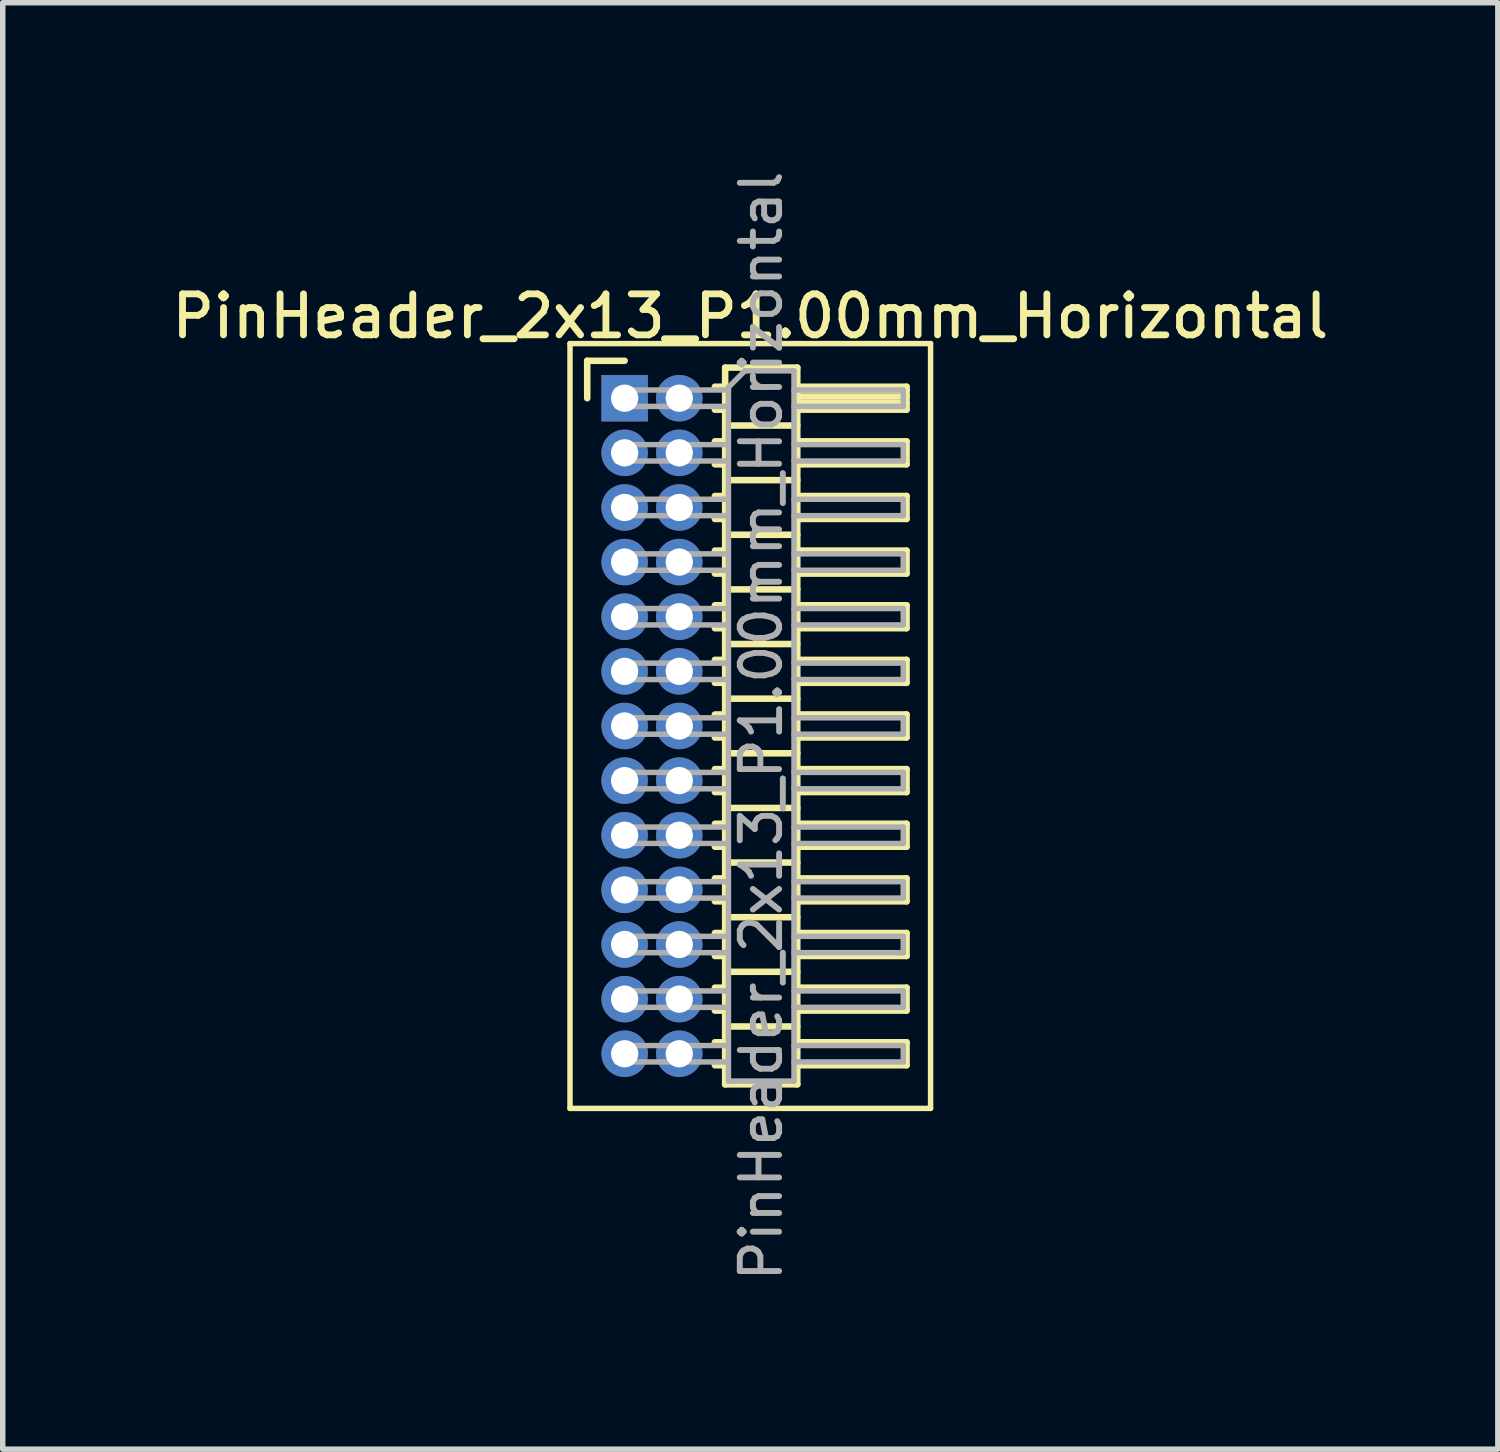
<source format=kicad_pcb>
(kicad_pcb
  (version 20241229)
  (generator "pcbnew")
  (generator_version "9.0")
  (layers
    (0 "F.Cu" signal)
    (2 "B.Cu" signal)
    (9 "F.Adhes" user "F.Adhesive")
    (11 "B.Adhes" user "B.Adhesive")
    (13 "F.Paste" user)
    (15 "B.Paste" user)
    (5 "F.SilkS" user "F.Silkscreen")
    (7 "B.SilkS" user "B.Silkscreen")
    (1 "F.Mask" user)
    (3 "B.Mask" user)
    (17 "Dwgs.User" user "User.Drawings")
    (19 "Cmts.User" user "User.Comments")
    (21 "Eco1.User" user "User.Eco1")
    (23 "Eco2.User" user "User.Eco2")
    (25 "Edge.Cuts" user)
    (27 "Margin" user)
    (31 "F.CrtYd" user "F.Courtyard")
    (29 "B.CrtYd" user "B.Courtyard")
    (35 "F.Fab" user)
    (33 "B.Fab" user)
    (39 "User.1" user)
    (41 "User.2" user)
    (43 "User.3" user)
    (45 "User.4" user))
  (footprint "PinHeader_2x13_P1.00mm_Horizontal"
    (layer "F.Cu")
    (at 8.384 4.239)
    (property "Reference" "PinHeader_2x13_P1.00mm_Horizontal" (at 2.3 -1.5 0) (layer "F.SilkS") (effects (font (size 0.75 0.75) (thickness 0.125))))
    (attr through_hole)
    (fp_line (start -1 -1) (end -1 13) (stroke (width 0.1) (type solid)) (layer "F.SilkS"))
    (fp_line (start -1 13) (end 5.6 13) (stroke (width 0.1) (type solid)) (layer "F.SilkS"))
    (fp_line (start -0.685 -0.685) (end 0 -0.685) (stroke (width 0.12) (type solid)) (layer "F.SilkS"))
    (fp_line (start -0.685 0) (end -0.685 -0.685) (stroke (width 0.12) (type solid)) (layer "F.SilkS"))
    (fp_line (start 1.652 -0.21) (end 1.84 -0.21) (stroke (width 0.12) (type solid)) (layer "F.SilkS"))
    (fp_line (start 1.652 0.21) (end 1.84 0.21) (stroke (width 0.12) (type solid)) (layer "F.SilkS"))
    (fp_line (start 1.652 0.79) (end 1.84 0.79) (stroke (width 0.12) (type solid)) (layer "F.SilkS"))
    (fp_line (start 1.652 1.21) (end 1.84 1.21) (stroke (width 0.12) (type solid)) (layer "F.SilkS"))
    (fp_line (start 1.652 1.79) (end 1.84 1.79) (stroke (width 0.12) (type solid)) (layer "F.SilkS"))
    (fp_line (start 1.652 2.21) (end 1.84 2.21) (stroke (width 0.12) (type solid)) (layer "F.SilkS"))
    (fp_line (start 1.652 2.79) (end 1.84 2.79) (stroke (width 0.12) (type solid)) (layer "F.SilkS"))
    (fp_line (start 1.652 3.21) (end 1.84 3.21) (stroke (width 0.12) (type solid)) (layer "F.SilkS"))
    (fp_line (start 1.652 3.79) (end 1.84 3.79) (stroke (width 0.12) (type solid)) (layer "F.SilkS"))
    (fp_line (start 1.652 4.21) (end 1.84 4.21) (stroke (width 0.12) (type solid)) (layer "F.SilkS"))
    (fp_line (start 1.652 4.79) (end 1.84 4.79) (stroke (width 0.12) (type solid)) (layer "F.SilkS"))
    (fp_line (start 1.652 5.21) (end 1.84 5.21) (stroke (width 0.12) (type solid)) (layer "F.SilkS"))
    (fp_line (start 1.652 5.79) (end 1.84 5.79) (stroke (width 0.12) (type solid)) (layer "F.SilkS"))
    (fp_line (start 1.652 6.21) (end 1.84 6.21) (stroke (width 0.12) (type solid)) (layer "F.SilkS"))
    (fp_line (start 1.652 6.79) (end 1.84 6.79) (stroke (width 0.12) (type solid)) (layer "F.SilkS"))
    (fp_line (start 1.652 7.21) (end 1.84 7.21) (stroke (width 0.12) (type solid)) (layer "F.SilkS"))
    (fp_line (start 1.652 7.79) (end 1.84 7.79) (stroke (width 0.12) (type solid)) (layer "F.SilkS"))
    (fp_line (start 1.652 8.21) (end 1.84 8.21) (stroke (width 0.12) (type solid)) (layer "F.SilkS"))
    (fp_line (start 1.652 8.79) (end 1.84 8.79) (stroke (width 0.12) (type solid)) (layer "F.SilkS"))
    (fp_line (start 1.652 9.21) (end 1.84 9.21) (stroke (width 0.12) (type solid)) (layer "F.SilkS"))
    (fp_line (start 1.652 9.79) (end 1.84 9.79) (stroke (width 0.12) (type solid)) (layer "F.SilkS"))
    (fp_line (start 1.652 10.21) (end 1.84 10.21) (stroke (width 0.12) (type solid)) (layer "F.SilkS"))
    (fp_line (start 1.652 10.79) (end 1.84 10.79) (stroke (width 0.12) (type solid)) (layer "F.SilkS"))
    (fp_line (start 1.652 11.21) (end 1.84 11.21) (stroke (width 0.12) (type solid)) (layer "F.SilkS"))
    (fp_line (start 1.652 11.79) (end 1.84 11.79) (stroke (width 0.12) (type solid)) (layer "F.SilkS"))
    (fp_line (start 1.652 12.21) (end 1.84 12.21) (stroke (width 0.12) (type solid)) (layer "F.SilkS"))
    (fp_line (start 1.84 -0.56) (end 1.84 12.56) (stroke (width 0.12) (type solid)) (layer "F.SilkS"))
    (fp_line (start 1.84 0.5) (end 3.16 0.5) (stroke (width 0.12) (type solid)) (layer "F.SilkS"))
    (fp_line (start 1.84 1.5) (end 3.16 1.5) (stroke (width 0.12) (type solid)) (layer "F.SilkS"))
    (fp_line (start 1.84 2.5) (end 3.16 2.5) (stroke (width 0.12) (type solid)) (layer "F.SilkS"))
    (fp_line (start 1.84 3.5) (end 3.16 3.5) (stroke (width 0.12) (type solid)) (layer "F.SilkS"))
    (fp_line (start 1.84 4.5) (end 3.16 4.5) (stroke (width 0.12) (type solid)) (layer "F.SilkS"))
    (fp_line (start 1.84 5.5) (end 3.16 5.5) (stroke (width 0.12) (type solid)) (layer "F.SilkS"))
    (fp_line (start 1.84 6.5) (end 3.16 6.5) (stroke (width 0.12) (type solid)) (layer "F.SilkS"))
    (fp_line (start 1.84 7.5) (end 3.16 7.5) (stroke (width 0.12) (type solid)) (layer "F.SilkS"))
    (fp_line (start 1.84 8.5) (end 3.16 8.5) (stroke (width 0.12) (type solid)) (layer "F.SilkS"))
    (fp_line (start 1.84 9.5) (end 3.16 9.5) (stroke (width 0.12) (type solid)) (layer "F.SilkS"))
    (fp_line (start 1.84 10.5) (end 3.16 10.5) (stroke (width 0.12) (type solid)) (layer "F.SilkS"))
    (fp_line (start 1.84 11.5) (end 3.16 11.5) (stroke (width 0.12) (type solid)) (layer "F.SilkS"))
    (fp_line (start 1.84 12.56) (end 3.16 12.56) (stroke (width 0.12) (type solid)) (layer "F.SilkS"))
    (fp_line (start 3.16 -0.56) (end 1.84 -0.56) (stroke (width 0.12) (type solid)) (layer "F.SilkS"))
    (fp_line (start 3.16 -0.21) (end 5.16 -0.21) (stroke (width 0.12) (type solid)) (layer "F.SilkS"))
    (fp_line (start 3.16 -0.15) (end 5.16 -0.15) (stroke (width 0.12) (type solid)) (layer "F.SilkS"))
    (fp_line (start 3.16 -0.03) (end 5.16 -0.03) (stroke (width 0.12) (type solid)) (layer "F.SilkS"))
    (fp_line (start 3.16 0.09) (end 5.16 0.09) (stroke (width 0.12) (type solid)) (layer "F.SilkS"))
    (fp_line (start 3.16 0.79) (end 5.16 0.79) (stroke (width 0.12) (type solid)) (layer "F.SilkS"))
    (fp_line (start 3.16 1.79) (end 5.16 1.79) (stroke (width 0.12) (type solid)) (layer "F.SilkS"))
    (fp_line (start 3.16 2.79) (end 5.16 2.79) (stroke (width 0.12) (type solid)) (layer "F.SilkS"))
    (fp_line (start 3.16 3.79) (end 5.16 3.79) (stroke (width 0.12) (type solid)) (layer "F.SilkS"))
    (fp_line (start 3.16 4.79) (end 5.16 4.79) (stroke (width 0.12) (type solid)) (layer "F.SilkS"))
    (fp_line (start 3.16 5.79) (end 5.16 5.79) (stroke (width 0.12) (type solid)) (layer "F.SilkS"))
    (fp_line (start 3.16 6.79) (end 5.16 6.79) (stroke (width 0.12) (type solid)) (layer "F.SilkS"))
    (fp_line (start 3.16 7.79) (end 5.16 7.79) (stroke (width 0.12) (type solid)) (layer "F.SilkS"))
    (fp_line (start 3.16 8.79) (end 5.16 8.79) (stroke (width 0.12) (type solid)) (layer "F.SilkS"))
    (fp_line (start 3.16 9.79) (end 5.16 9.79) (stroke (width 0.12) (type solid)) (layer "F.SilkS"))
    (fp_line (start 3.16 10.79) (end 5.16 10.79) (stroke (width 0.12) (type solid)) (layer "F.SilkS"))
    (fp_line (start 3.16 11.79) (end 5.16 11.79) (stroke (width 0.12) (type solid)) (layer "F.SilkS"))
    (fp_line (start 3.16 12.56) (end 3.16 -0.56) (stroke (width 0.12) (type solid)) (layer "F.SilkS"))
    (fp_line (start 5.16 -0.21) (end 5.16 0.21) (stroke (width 0.12) (type solid)) (layer "F.SilkS"))
    (fp_line (start 5.16 0.21) (end 3.16 0.21) (stroke (width 0.12) (type solid)) (layer "F.SilkS"))
    (fp_line (start 5.16 0.79) (end 5.16 1.21) (stroke (width 0.12) (type solid)) (layer "F.SilkS"))
    (fp_line (start 5.16 1.21) (end 3.16 1.21) (stroke (width 0.12) (type solid)) (layer "F.SilkS"))
    (fp_line (start 5.16 1.79) (end 5.16 2.21) (stroke (width 0.12) (type solid)) (layer "F.SilkS"))
    (fp_line (start 5.16 2.21) (end 3.16 2.21) (stroke (width 0.12) (type solid)) (layer "F.SilkS"))
    (fp_line (start 5.16 2.79) (end 5.16 3.21) (stroke (width 0.12) (type solid)) (layer "F.SilkS"))
    (fp_line (start 5.16 3.21) (end 3.16 3.21) (stroke (width 0.12) (type solid)) (layer "F.SilkS"))
    (fp_line (start 5.16 3.79) (end 5.16 4.21) (stroke (width 0.12) (type solid)) (layer "F.SilkS"))
    (fp_line (start 5.16 4.21) (end 3.16 4.21) (stroke (width 0.12) (type solid)) (layer "F.SilkS"))
    (fp_line (start 5.16 4.79) (end 5.16 5.21) (stroke (width 0.12) (type solid)) (layer "F.SilkS"))
    (fp_line (start 5.16 5.21) (end 3.16 5.21) (stroke (width 0.12) (type solid)) (layer "F.SilkS"))
    (fp_line (start 5.16 5.79) (end 5.16 6.21) (stroke (width 0.12) (type solid)) (layer "F.SilkS"))
    (fp_line (start 5.16 6.21) (end 3.16 6.21) (stroke (width 0.12) (type solid)) (layer "F.SilkS"))
    (fp_line (start 5.16 6.79) (end 5.16 7.21) (stroke (width 0.12) (type solid)) (layer "F.SilkS"))
    (fp_line (start 5.16 7.21) (end 3.16 7.21) (stroke (width 0.12) (type solid)) (layer "F.SilkS"))
    (fp_line (start 5.16 7.79) (end 5.16 8.21) (stroke (width 0.12) (type solid)) (layer "F.SilkS"))
    (fp_line (start 5.16 8.21) (end 3.16 8.21) (stroke (width 0.12) (type solid)) (layer "F.SilkS"))
    (fp_line (start 5.16 8.79) (end 5.16 9.21) (stroke (width 0.12) (type solid)) (layer "F.SilkS"))
    (fp_line (start 5.16 9.21) (end 3.16 9.21) (stroke (width 0.12) (type solid)) (layer "F.SilkS"))
    (fp_line (start 5.16 9.79) (end 5.16 10.21) (stroke (width 0.12) (type solid)) (layer "F.SilkS"))
    (fp_line (start 5.16 10.21) (end 3.16 10.21) (stroke (width 0.12) (type solid)) (layer "F.SilkS"))
    (fp_line (start 5.16 10.79) (end 5.16 11.21) (stroke (width 0.12) (type solid)) (layer "F.SilkS"))
    (fp_line (start 5.16 11.21) (end 3.16 11.21) (stroke (width 0.12) (type solid)) (layer "F.SilkS"))
    (fp_line (start 5.16 11.79) (end 5.16 12.21) (stroke (width 0.12) (type solid)) (layer "F.SilkS"))
    (fp_line (start 5.16 12.21) (end 3.16 12.21) (stroke (width 0.12) (type solid)) (layer "F.SilkS"))
    (fp_line (start 5.6 -1) (end -1 -1) (stroke (width 0.1) (type solid)) (layer "F.SilkS"))
    (fp_line (start 5.6 13) (end 5.6 -1) (stroke (width 0.1) (type solid)) (layer "F.SilkS"))
    (fp_line (start -0.15 -0.15) (end -0.15 0.15) (stroke (width 0.1) (type solid)) (layer "F.Fab"))
    (fp_line (start -0.15 -0.15) (end 1.9 -0.15) (stroke (width 0.1) (type solid)) (layer "F.Fab"))
    (fp_line (start -0.15 0.15) (end 1.9 0.15) (stroke (width 0.1) (type solid)) (layer "F.Fab"))
    (fp_line (start -0.15 0.85) (end -0.15 1.15) (stroke (width 0.1) (type solid)) (layer "F.Fab"))
    (fp_line (start -0.15 0.85) (end 1.9 0.85) (stroke (width 0.1) (type solid)) (layer "F.Fab"))
    (fp_line (start -0.15 1.15) (end 1.9 1.15) (stroke (width 0.1) (type solid)) (layer "F.Fab"))
    (fp_line (start -0.15 1.85) (end -0.15 2.15) (stroke (width 0.1) (type solid)) (layer "F.Fab"))
    (fp_line (start -0.15 1.85) (end 1.9 1.85) (stroke (width 0.1) (type solid)) (layer "F.Fab"))
    (fp_line (start -0.15 2.15) (end 1.9 2.15) (stroke (width 0.1) (type solid)) (layer "F.Fab"))
    (fp_line (start -0.15 2.85) (end -0.15 3.15) (stroke (width 0.1) (type solid)) (layer "F.Fab"))
    (fp_line (start -0.15 2.85) (end 1.9 2.85) (stroke (width 0.1) (type solid)) (layer "F.Fab"))
    (fp_line (start -0.15 3.15) (end 1.9 3.15) (stroke (width 0.1) (type solid)) (layer "F.Fab"))
    (fp_line (start -0.15 3.85) (end -0.15 4.15) (stroke (width 0.1) (type solid)) (layer "F.Fab"))
    (fp_line (start -0.15 3.85) (end 1.9 3.85) (stroke (width 0.1) (type solid)) (layer "F.Fab"))
    (fp_line (start -0.15 4.15) (end 1.9 4.15) (stroke (width 0.1) (type solid)) (layer "F.Fab"))
    (fp_line (start -0.15 4.85) (end -0.15 5.15) (stroke (width 0.1) (type solid)) (layer "F.Fab"))
    (fp_line (start -0.15 4.85) (end 1.9 4.85) (stroke (width 0.1) (type solid)) (layer "F.Fab"))
    (fp_line (start -0.15 5.15) (end 1.9 5.15) (stroke (width 0.1) (type solid)) (layer "F.Fab"))
    (fp_line (start -0.15 5.85) (end -0.15 6.15) (stroke (width 0.1) (type solid)) (layer "F.Fab"))
    (fp_line (start -0.15 5.85) (end 1.9 5.85) (stroke (width 0.1) (type solid)) (layer "F.Fab"))
    (fp_line (start -0.15 6.15) (end 1.9 6.15) (stroke (width 0.1) (type solid)) (layer "F.Fab"))
    (fp_line (start -0.15 6.85) (end -0.15 7.15) (stroke (width 0.1) (type solid)) (layer "F.Fab"))
    (fp_line (start -0.15 6.85) (end 1.9 6.85) (stroke (width 0.1) (type solid)) (layer "F.Fab"))
    (fp_line (start -0.15 7.15) (end 1.9 7.15) (stroke (width 0.1) (type solid)) (layer "F.Fab"))
    (fp_line (start -0.15 7.85) (end -0.15 8.15) (stroke (width 0.1) (type solid)) (layer "F.Fab"))
    (fp_line (start -0.15 7.85) (end 1.9 7.85) (stroke (width 0.1) (type solid)) (layer "F.Fab"))
    (fp_line (start -0.15 8.15) (end 1.9 8.15) (stroke (width 0.1) (type solid)) (layer "F.Fab"))
    (fp_line (start -0.15 8.85) (end -0.15 9.15) (stroke (width 0.1) (type solid)) (layer "F.Fab"))
    (fp_line (start -0.15 8.85) (end 1.9 8.85) (stroke (width 0.1) (type solid)) (layer "F.Fab"))
    (fp_line (start -0.15 9.15) (end 1.9 9.15) (stroke (width 0.1) (type solid)) (layer "F.Fab"))
    (fp_line (start -0.15 9.85) (end -0.15 10.15) (stroke (width 0.1) (type solid)) (layer "F.Fab"))
    (fp_line (start -0.15 9.85) (end 1.9 9.85) (stroke (width 0.1) (type solid)) (layer "F.Fab"))
    (fp_line (start -0.15 10.15) (end 1.9 10.15) (stroke (width 0.1) (type solid)) (layer "F.Fab"))
    (fp_line (start -0.15 10.85) (end -0.15 11.15) (stroke (width 0.1) (type solid)) (layer "F.Fab"))
    (fp_line (start -0.15 10.85) (end 1.9 10.85) (stroke (width 0.1) (type solid)) (layer "F.Fab"))
    (fp_line (start -0.15 11.15) (end 1.9 11.15) (stroke (width 0.1) (type solid)) (layer "F.Fab"))
    (fp_line (start -0.15 11.85) (end -0.15 12.15) (stroke (width 0.1) (type solid)) (layer "F.Fab"))
    (fp_line (start -0.15 11.85) (end 1.9 11.85) (stroke (width 0.1) (type solid)) (layer "F.Fab"))
    (fp_line (start -0.15 12.15) (end 1.9 12.15) (stroke (width 0.1) (type solid)) (layer "F.Fab"))
    (fp_line (start 1.9 -0.2) (end 2.2 -0.5) (stroke (width 0.1) (type solid)) (layer "F.Fab"))
    (fp_line (start 1.9 12.5) (end 1.9 -0.2) (stroke (width 0.1) (type solid)) (layer "F.Fab"))
    (fp_line (start 2.2 -0.5) (end 3.1 -0.5) (stroke (width 0.1) (type solid)) (layer "F.Fab"))
    (fp_line (start 3.1 -0.5) (end 3.1 12.5) (stroke (width 0.1) (type solid)) (layer "F.Fab"))
    (fp_line (start 3.1 -0.15) (end 5.1 -0.15) (stroke (width 0.1) (type solid)) (layer "F.Fab"))
    (fp_line (start 3.1 0.15) (end 5.1 0.15) (stroke (width 0.1) (type solid)) (layer "F.Fab"))
    (fp_line (start 3.1 0.85) (end 5.1 0.85) (stroke (width 0.1) (type solid)) (layer "F.Fab"))
    (fp_line (start 3.1 1.15) (end 5.1 1.15) (stroke (width 0.1) (type solid)) (layer "F.Fab"))
    (fp_line (start 3.1 1.85) (end 5.1 1.85) (stroke (width 0.1) (type solid)) (layer "F.Fab"))
    (fp_line (start 3.1 2.15) (end 5.1 2.15) (stroke (width 0.1) (type solid)) (layer "F.Fab"))
    (fp_line (start 3.1 2.85) (end 5.1 2.85) (stroke (width 0.1) (type solid)) (layer "F.Fab"))
    (fp_line (start 3.1 3.15) (end 5.1 3.15) (stroke (width 0.1) (type solid)) (layer "F.Fab"))
    (fp_line (start 3.1 3.85) (end 5.1 3.85) (stroke (width 0.1) (type solid)) (layer "F.Fab"))
    (fp_line (start 3.1 4.15) (end 5.1 4.15) (stroke (width 0.1) (type solid)) (layer "F.Fab"))
    (fp_line (start 3.1 4.85) (end 5.1 4.85) (stroke (width 0.1) (type solid)) (layer "F.Fab"))
    (fp_line (start 3.1 5.15) (end 5.1 5.15) (stroke (width 0.1) (type solid)) (layer "F.Fab"))
    (fp_line (start 3.1 5.85) (end 5.1 5.85) (stroke (width 0.1) (type solid)) (layer "F.Fab"))
    (fp_line (start 3.1 6.15) (end 5.1 6.15) (stroke (width 0.1) (type solid)) (layer "F.Fab"))
    (fp_line (start 3.1 6.85) (end 5.1 6.85) (stroke (width 0.1) (type solid)) (layer "F.Fab"))
    (fp_line (start 3.1 7.15) (end 5.1 7.15) (stroke (width 0.1) (type solid)) (layer "F.Fab"))
    (fp_line (start 3.1 7.85) (end 5.1 7.85) (stroke (width 0.1) (type solid)) (layer "F.Fab"))
    (fp_line (start 3.1 8.15) (end 5.1 8.15) (stroke (width 0.1) (type solid)) (layer "F.Fab"))
    (fp_line (start 3.1 8.85) (end 5.1 8.85) (stroke (width 0.1) (type solid)) (layer "F.Fab"))
    (fp_line (start 3.1 9.15) (end 5.1 9.15) (stroke (width 0.1) (type solid)) (layer "F.Fab"))
    (fp_line (start 3.1 9.85) (end 5.1 9.85) (stroke (width 0.1) (type solid)) (layer "F.Fab"))
    (fp_line (start 3.1 10.15) (end 5.1 10.15) (stroke (width 0.1) (type solid)) (layer "F.Fab"))
    (fp_line (start 3.1 10.85) (end 5.1 10.85) (stroke (width 0.1) (type solid)) (layer "F.Fab"))
    (fp_line (start 3.1 11.15) (end 5.1 11.15) (stroke (width 0.1) (type solid)) (layer "F.Fab"))
    (fp_line (start 3.1 11.85) (end 5.1 11.85) (stroke (width 0.1) (type solid)) (layer "F.Fab"))
    (fp_line (start 3.1 12.15) (end 5.1 12.15) (stroke (width 0.1) (type solid)) (layer "F.Fab"))
    (fp_line (start 3.1 12.5) (end 1.9 12.5) (stroke (width 0.1) (type solid)) (layer "F.Fab"))
    (fp_line (start 5.1 -0.15) (end 5.1 0.15) (stroke (width 0.1) (type solid)) (layer "F.Fab"))
    (fp_line (start 5.1 0.85) (end 5.1 1.15) (stroke (width 0.1) (type solid)) (layer "F.Fab"))
    (fp_line (start 5.1 1.85) (end 5.1 2.15) (stroke (width 0.1) (type solid)) (layer "F.Fab"))
    (fp_line (start 5.1 2.85) (end 5.1 3.15) (stroke (width 0.1) (type solid)) (layer "F.Fab"))
    (fp_line (start 5.1 3.85) (end 5.1 4.15) (stroke (width 0.1) (type solid)) (layer "F.Fab"))
    (fp_line (start 5.1 4.85) (end 5.1 5.15) (stroke (width 0.1) (type solid)) (layer "F.Fab"))
    (fp_line (start 5.1 5.85) (end 5.1 6.15) (stroke (width 0.1) (type solid)) (layer "F.Fab"))
    (fp_line (start 5.1 6.85) (end 5.1 7.15) (stroke (width 0.1) (type solid)) (layer "F.Fab"))
    (fp_line (start 5.1 7.85) (end 5.1 8.15) (stroke (width 0.1) (type solid)) (layer "F.Fab"))
    (fp_line (start 5.1 8.85) (end 5.1 9.15) (stroke (width 0.1) (type solid)) (layer "F.Fab"))
    (fp_line (start 5.1 9.85) (end 5.1 10.15) (stroke (width 0.1) (type solid)) (layer "F.Fab"))
    (fp_line (start 5.1 10.85) (end 5.1 11.15) (stroke (width 0.1) (type solid)) (layer "F.Fab"))
    (fp_line (start 5.1 11.85) (end 5.1 12.15) (stroke (width 0.1) (type solid)) (layer "F.Fab"))
    (fp_text user "${REFERENCE}" (at 2.5 6 90) (layer "F.Fab") (effects (font (size 0.72 0.72) (thickness 0.108))))
    (pad "1" thru_hole rect (at 0 0) (size 0.85 0.85) (drill 0.5) (layers "*.Cu" "*.Mask"))
    (pad "2" thru_hole oval (at 1 0) (size 0.85 0.85) (drill 0.5) (layers "*.Cu" "*.Mask"))
    (pad "3" thru_hole oval (at 0 1) (size 0.85 0.85) (drill 0.5) (layers "*.Cu" "*.Mask"))
    (pad "4" thru_hole oval (at 1 1) (size 0.85 0.85) (drill 0.5) (layers "*.Cu" "*.Mask"))
    (pad "5" thru_hole oval (at 0 2) (size 0.85 0.85) (drill 0.5) (layers "*.Cu" "*.Mask"))
    (pad "6" thru_hole oval (at 1 2) (size 0.85 0.85) (drill 0.5) (layers "*.Cu" "*.Mask"))
    (pad "7" thru_hole oval (at 0 3) (size 0.85 0.85) (drill 0.5) (layers "*.Cu" "*.Mask"))
    (pad "8" thru_hole oval (at 1 3) (size 0.85 0.85) (drill 0.5) (layers "*.Cu" "*.Mask"))
    (pad "9" thru_hole oval (at 0 4) (size 0.85 0.85) (drill 0.5) (layers "*.Cu" "*.Mask"))
    (pad "10" thru_hole oval (at 1 4) (size 0.85 0.85) (drill 0.5) (layers "*.Cu" "*.Mask"))
    (pad "11" thru_hole oval (at 0 5) (size 0.85 0.85) (drill 0.5) (layers "*.Cu" "*.Mask"))
    (pad "12" thru_hole oval (at 1 5) (size 0.85 0.85) (drill 0.5) (layers "*.Cu" "*.Mask"))
    (pad "13" thru_hole oval (at 0 6) (size 0.85 0.85) (drill 0.5) (layers "*.Cu" "*.Mask"))
    (pad "14" thru_hole oval (at 1 6) (size 0.85 0.85) (drill 0.5) (layers "*.Cu" "*.Mask"))
    (pad "15" thru_hole oval (at 0 7) (size 0.85 0.85) (drill 0.5) (layers "*.Cu" "*.Mask"))
    (pad "16" thru_hole oval (at 1 7) (size 0.85 0.85) (drill 0.5) (layers "*.Cu" "*.Mask"))
    (pad "17" thru_hole oval (at 0 8) (size 0.85 0.85) (drill 0.5) (layers "*.Cu" "*.Mask"))
    (pad "18" thru_hole oval (at 1 8) (size 0.85 0.85) (drill 0.5) (layers "*.Cu" "*.Mask"))
    (pad "19" thru_hole oval (at 0 9) (size 0.85 0.85) (drill 0.5) (layers "*.Cu" "*.Mask"))
    (pad "20" thru_hole oval (at 1 9) (size 0.85 0.85) (drill 0.5) (layers "*.Cu" "*.Mask"))
    (pad "21" thru_hole oval (at 0 10) (size 0.85 0.85) (drill 0.5) (layers "*.Cu" "*.Mask"))
    (pad "22" thru_hole oval (at 1 10) (size 0.85 0.85) (drill 0.5) (layers "*.Cu" "*.Mask"))
    (pad "23" thru_hole oval (at 0 11) (size 0.85 0.85) (drill 0.5) (layers "*.Cu" "*.Mask"))
    (pad "24" thru_hole oval (at 1 11) (size 0.85 0.85) (drill 0.5) (layers "*.Cu" "*.Mask"))
    (pad "25" thru_hole oval (at 0 12) (size 0.85 0.85) (drill 0.5) (layers "*.Cu" "*.Mask"))
    (pad "26" thru_hole oval (at 1 12) (size 0.85 0.85) (drill 0.5) (layers "*.Cu" "*.Mask")))
  (gr_rect
    (start -3 -3)
    (end 24.368 23.477)
    (stroke (width 0.1) (type default))
    (fill no)
    (layer "Edge.Cuts")))
</source>
